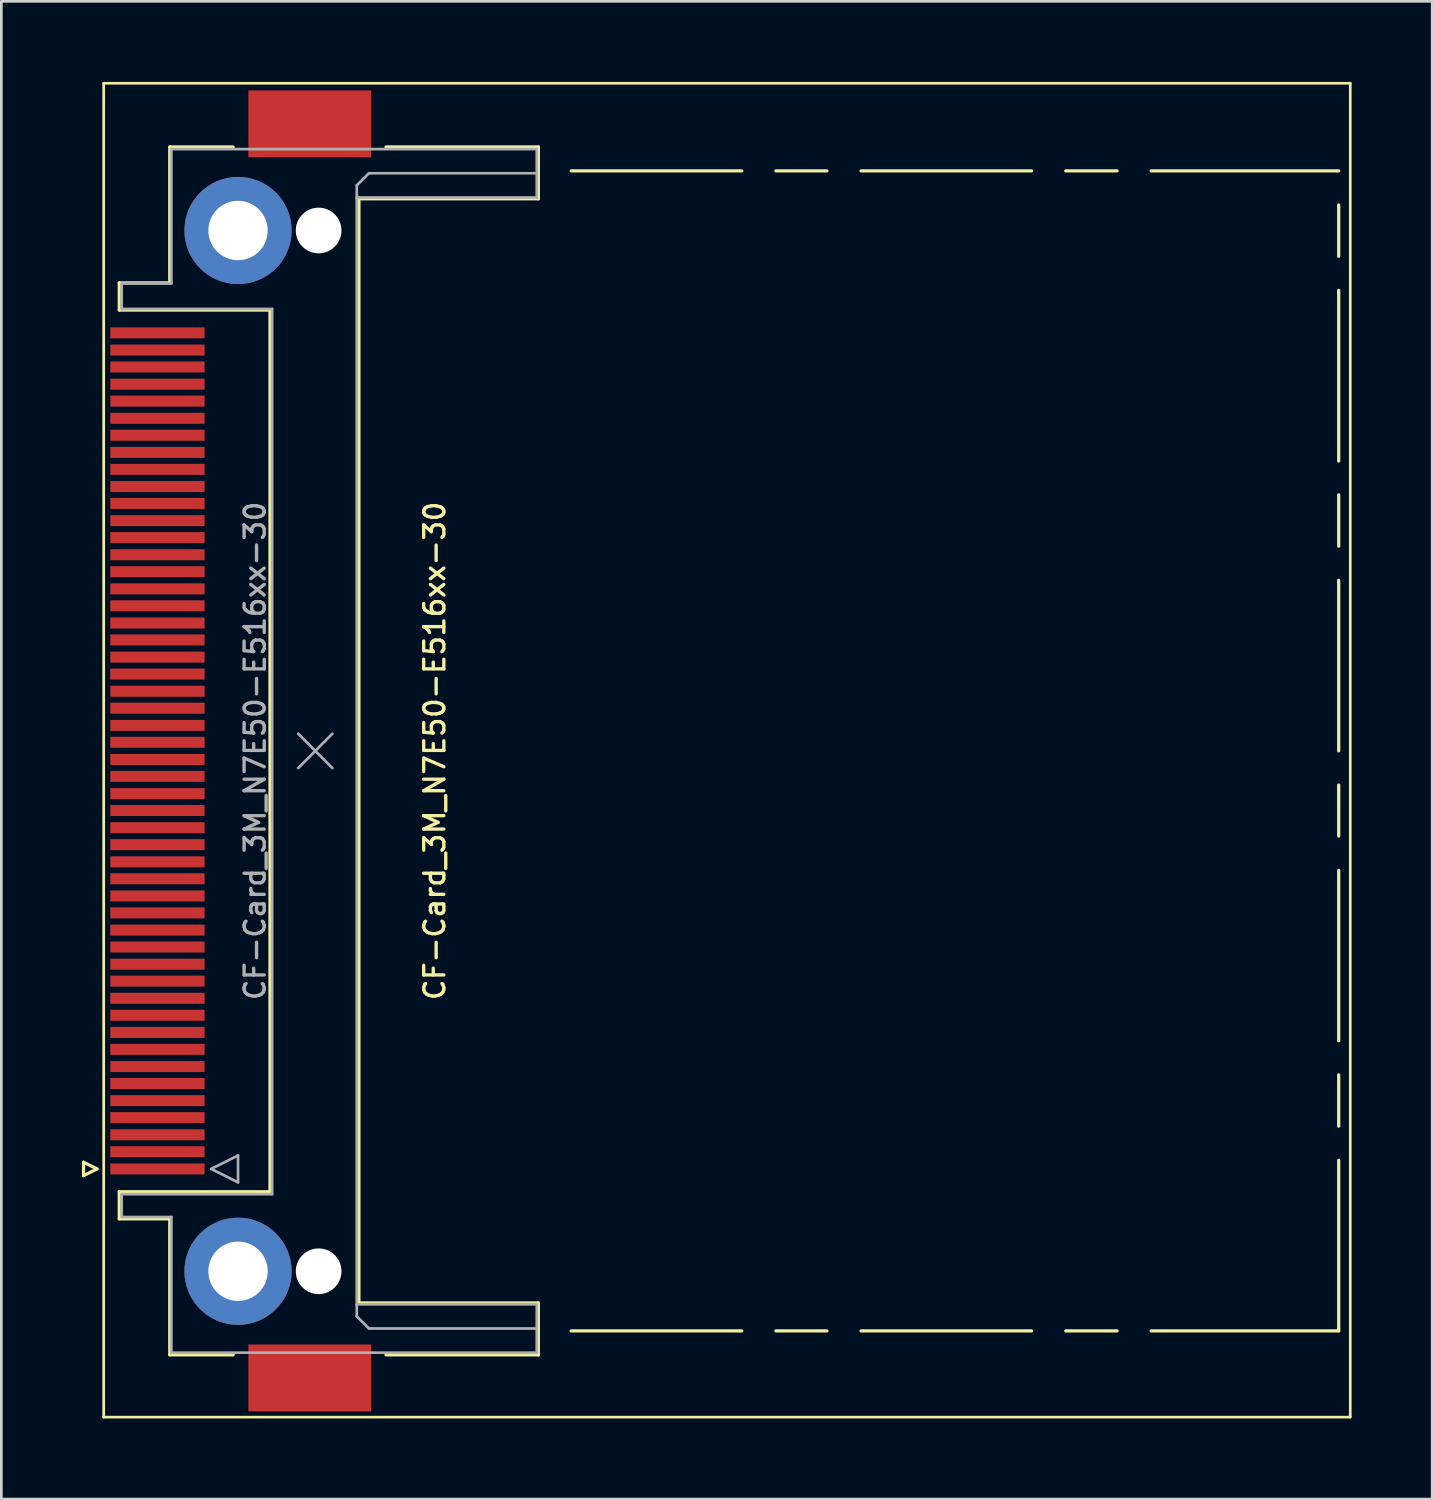
<source format=kicad_pcb>
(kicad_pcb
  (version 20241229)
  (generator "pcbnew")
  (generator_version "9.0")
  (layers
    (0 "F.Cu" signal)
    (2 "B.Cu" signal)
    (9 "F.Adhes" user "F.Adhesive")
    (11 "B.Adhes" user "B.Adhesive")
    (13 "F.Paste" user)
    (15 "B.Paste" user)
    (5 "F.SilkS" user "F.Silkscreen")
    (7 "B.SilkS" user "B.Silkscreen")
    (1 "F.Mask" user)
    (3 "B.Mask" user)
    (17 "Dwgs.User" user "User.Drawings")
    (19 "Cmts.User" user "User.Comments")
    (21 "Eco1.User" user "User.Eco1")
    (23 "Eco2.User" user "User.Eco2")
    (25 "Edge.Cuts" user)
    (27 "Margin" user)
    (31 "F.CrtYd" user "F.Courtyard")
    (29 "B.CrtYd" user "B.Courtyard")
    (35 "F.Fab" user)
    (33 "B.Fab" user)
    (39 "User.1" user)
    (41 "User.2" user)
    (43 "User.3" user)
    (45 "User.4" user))
  (footprint "CF-Card_3M_N7E50-E516xx-30"
    (layer "F.Cu")
    (at 5.91 24.9)
    (property "Reference" "CF-Card_3M_N7E50-E516xx-30" (at 7.22 0 90) (layer "F.SilkS") (effects (font (size 0.75 0.75) (thickness 0.125))))
    (attr smd)
    (fp_line (start -5.85 15.31) (end -5.35 15.56) (stroke (width 0.12) (type solid)) (layer "F.SilkS"))
    (fp_line (start -5.85 15.81) (end -5.85 15.31) (stroke (width 0.12) (type solid)) (layer "F.SilkS"))
    (fp_line (start -5.35 15.56) (end -5.85 15.81) (stroke (width 0.12) (type solid)) (layer "F.SilkS"))
    (fp_line (start -5.1 -24.85) (end 41.3 -24.85) (stroke (width 0.1) (type solid)) (layer "F.SilkS"))
    (fp_line (start -5.1 24.8) (end -5.1 -24.85) (stroke (width 0.1) (type solid)) (layer "F.SilkS"))
    (fp_line (start -5.1 24.8) (end 41.3 24.8) (stroke (width 0.1) (type solid)) (layer "F.SilkS"))
    (fp_line (start -4.52 -17.42) (end -2.64 -17.42) (stroke (width 0.12) (type solid)) (layer "F.SilkS"))
    (fp_line (start -4.52 -16.41) (end -4.52 -17.42) (stroke (width 0.12) (type solid)) (layer "F.SilkS"))
    (fp_line (start -4.52 16.41) (end 1.09 16.41) (stroke (width 0.12) (type solid)) (layer "F.SilkS"))
    (fp_line (start -4.52 17.42) (end -4.52 16.41) (stroke (width 0.12) (type solid)) (layer "F.SilkS"))
    (fp_line (start -2.64 -22.48) (end -0.28 -22.48) (stroke (width 0.12) (type solid)) (layer "F.SilkS"))
    (fp_line (start -2.64 -17.42) (end -2.64 -22.48) (stroke (width 0.12) (type solid)) (layer "F.SilkS"))
    (fp_line (start -2.64 17.42) (end -4.52 17.42) (stroke (width 0.12) (type solid)) (layer "F.SilkS"))
    (fp_line (start -2.64 22.48) (end -2.64 17.42) (stroke (width 0.12) (type solid)) (layer "F.SilkS"))
    (fp_line (start -0.28 22.48) (end -2.64 22.48) (stroke (width 0.12) (type solid)) (layer "F.SilkS"))
    (fp_line (start 1.09 -16.41) (end -4.52 -16.41) (stroke (width 0.12) (type solid)) (layer "F.SilkS"))
    (fp_line (start 1.09 16.41) (end 1.09 -16.41) (stroke (width 0.12) (type solid)) (layer "F.SilkS"))
    (fp_line (start 4.4 -20.55) (end 11.08 -20.55) (stroke (width 0.12) (type solid)) (layer "F.SilkS"))
    (fp_line (start 4.4 20.55) (end 4.4 -20.55) (stroke (width 0.12) (type solid)) (layer "F.SilkS"))
    (fp_line (start 5.41 22.48) (end 11.08 22.48) (stroke (width 0.12) (type solid)) (layer "F.SilkS"))
    (fp_line (start 11.08 -22.48) (end 5.41 -22.48) (stroke (width 0.12) (type solid)) (layer "F.SilkS"))
    (fp_line (start 11.08 -20.55) (end 11.08 -22.48) (stroke (width 0.12) (type solid)) (layer "F.SilkS"))
    (fp_line (start 11.08 20.55) (end 4.4 20.55) (stroke (width 0.12) (type solid)) (layer "F.SilkS"))
    (fp_line (start 11.08 22.48) (end 11.08 20.55) (stroke (width 0.12) (type solid)) (layer "F.SilkS"))
    (fp_line (start 12.3 -21.59) (end 18.65 -21.59) (stroke (width 0.12) (type solid)) (layer "F.SilkS"))
    (fp_line (start 12.3 21.59) (end 18.65 21.59) (stroke (width 0.12) (type solid)) (layer "F.SilkS"))
    (fp_line (start 19.92 -21.59) (end 21.82 -21.59) (stroke (width 0.12) (type solid)) (layer "F.SilkS"))
    (fp_line (start 19.92 21.59) (end 21.82 21.59) (stroke (width 0.12) (type solid)) (layer "F.SilkS"))
    (fp_line (start 23.09 -21.59) (end 29.44 -21.59) (stroke (width 0.12) (type solid)) (layer "F.SilkS"))
    (fp_line (start 23.09 21.59) (end 29.44 21.59) (stroke (width 0.12) (type solid)) (layer "F.SilkS"))
    (fp_line (start 30.71 -21.59) (end 32.62 -21.59) (stroke (width 0.12) (type solid)) (layer "F.SilkS"))
    (fp_line (start 30.71 21.59) (end 32.62 21.59) (stroke (width 0.12) (type solid)) (layer "F.SilkS"))
    (fp_line (start 33.89 -21.59) (end 40.87 -21.59) (stroke (width 0.12) (type solid)) (layer "F.SilkS"))
    (fp_line (start 33.89 21.59) (end 40.87 21.59) (stroke (width 0.12) (type solid)) (layer "F.SilkS"))
    (fp_line (start 40.87 -18.41) (end 40.87 -20.32) (stroke (width 0.12) (type solid)) (layer "F.SilkS"))
    (fp_line (start 40.87 -10.79) (end 40.87 -17.14) (stroke (width 0.12) (type solid)) (layer "F.SilkS"))
    (fp_line (start 40.87 -7.62) (end 40.87 -9.53) (stroke (width 0.12) (type solid)) (layer "F.SilkS"))
    (fp_line (start 40.87 0) (end 40.87 -6.35) (stroke (width 0.12) (type solid)) (layer "F.SilkS"))
    (fp_line (start 40.87 3.17) (end 40.87 1.27) (stroke (width 0.12) (type solid)) (layer "F.SilkS"))
    (fp_line (start 40.87 10.79) (end 40.87 4.45) (stroke (width 0.12) (type solid)) (layer "F.SilkS"))
    (fp_line (start 40.87 13.97) (end 40.87 12.06) (stroke (width 0.12) (type solid)) (layer "F.SilkS"))
    (fp_line (start 40.87 21.59) (end 40.87 15.24) (stroke (width 0.12) (type solid)) (layer "F.SilkS"))
    (fp_line (start 41.3 24.8) (end 41.3 -24.85) (stroke (width 0.1) (type solid)) (layer "F.SilkS"))
    (fp_line (start -4.43 -17.4) (end -4.43 -16.45) (stroke (width 0.1) (type solid)) (layer "F.Fab"))
    (fp_line (start -4.43 -16.45) (end 1.17 -16.45) (stroke (width 0.1) (type solid)) (layer "F.Fab"))
    (fp_line (start -4.43 16.5) (end -4.43 17.35) (stroke (width 0.1) (type solid)) (layer "F.Fab"))
    (fp_line (start -4.43 17.35) (end -2.58 17.35) (stroke (width 0.1) (type solid)) (layer "F.Fab"))
    (fp_line (start -2.58 -22.4) (end -2.58 -17.4) (stroke (width 0.1) (type solid)) (layer "F.Fab"))
    (fp_line (start -2.58 -17.4) (end -4.43 -17.4) (stroke (width 0.1) (type solid)) (layer "F.Fab"))
    (fp_line (start -2.58 17.35) (end -2.58 22.4) (stroke (width 0.1) (type solid)) (layer "F.Fab"))
    (fp_line (start -2.58 22.4) (end 11.02 22.4) (stroke (width 0.1) (type solid)) (layer "F.Fab"))
    (fp_line (start -1.1 15.56) (end -0.1 15.06) (stroke (width 0.1) (type solid)) (layer "F.Fab"))
    (fp_line (start -0.1 15.06) (end -0.1 16.06) (stroke (width 0.1) (type solid)) (layer "F.Fab"))
    (fp_line (start -0.1 16.06) (end -1.1 15.56) (stroke (width 0.1) (type solid)) (layer "F.Fab"))
    (fp_line (start 1.17 -16.45) (end 1.17 16.5) (stroke (width 0.1) (type solid)) (layer "F.Fab"))
    (fp_line (start 1.17 16.5) (end -4.43 16.5) (stroke (width 0.1) (type solid)) (layer "F.Fab"))
    (fp_line (start 2.14 -0.64) (end 3.41 0.64) (stroke (width 0.1) (type solid)) (layer "F.Fab"))
    (fp_line (start 2.14 0.64) (end 3.41 -0.64) (stroke (width 0.1) (type solid)) (layer "F.Fab"))
    (fp_line (start 4.32 -21.05) (end 4.32 -20.55) (stroke (width 0.1) (type solid)) (layer "F.Fab"))
    (fp_line (start 4.32 -20.6) (end 11.02 -20.6) (stroke (width 0.1) (type solid)) (layer "F.Fab"))
    (fp_line (start 4.32 20.6) (end 4.32 -20.6) (stroke (width 0.1) (type solid)) (layer "F.Fab"))
    (fp_line (start 4.32 21.05) (end 4.32 20.6) (stroke (width 0.1) (type solid)) (layer "F.Fab"))
    (fp_line (start 4.37 21.1) (end 4.32 21.05) (stroke (width 0.1) (type solid)) (layer "F.Fab"))
    (fp_line (start 4.77 -21.5) (end 4.32 -21.05) (stroke (width 0.1) (type solid)) (layer "F.Fab"))
    (fp_line (start 4.77 21.5) (end 4.37 21.1) (stroke (width 0.1) (type solid)) (layer "F.Fab"))
    (fp_line (start 11.02 -22.4) (end -2.58 -22.4) (stroke (width 0.1) (type solid)) (layer "F.Fab"))
    (fp_line (start 11.02 -21.5) (end 4.77 -21.5) (stroke (width 0.1) (type solid)) (layer "F.Fab"))
    (fp_line (start 11.02 -20.6) (end 11.02 -22.4) (stroke (width 0.1) (type solid)) (layer "F.Fab"))
    (fp_line (start 11.02 20.6) (end 4.32 20.6) (stroke (width 0.1) (type solid)) (layer "F.Fab"))
    (fp_line (start 11.02 21.5) (end 4.77 21.5) (stroke (width 0.1) (type solid)) (layer "F.Fab"))
    (fp_line (start 11.02 22.4) (end 11.02 20.6) (stroke (width 0.1) (type solid)) (layer "F.Fab"))
    (fp_text user "${REFERENCE}" (at 0.535 0 90) (layer "F.Fab") (effects (font (size 0.75 0.75) (thickness 0.125))))
    (pad "" thru_hole circle (at -0.1 -19.37 90) (size 3.99 3.99) (drill 2.21) (layers "*.Cu" "*.Mask"))
    (pad "" thru_hole circle (at -0.1 19.37 90) (size 3.99 3.99) (drill 2.21) (layers "*.Cu" "*.Mask"))
    (pad "" smd rect (at 2.57 -23.34 90) (size 2.49 4.57) (layers "F.Cu" "F.Mask" "F.Paste"))
    (pad "" smd rect (at 2.57 23.34 90) (size 2.49 4.57) (layers "F.Cu" "F.Mask" "F.Paste"))
    (pad "" np_thru_hole circle (at 2.9 -19.37 90) (size 1.7 1.7) (drill 1.7) (layers "*.Cu" "*.Mask"))
    (pad "" np_thru_hole circle (at 2.9 19.37 90) (size 1.7 1.7) (drill 1.7) (layers "*.Cu" "*.Mask"))
    (pad "1" smd rect (at -3.1 15.56 270) (size 0.41 3.51) (layers "F.Cu" "F.Mask" "F.Paste"))
    (pad "2" smd rect (at -3.1 14.29 270) (size 0.41 3.51) (layers "F.Cu" "F.Mask" "F.Paste"))
    (pad "3" smd rect (at -3.1 13.02 270) (size 0.41 3.51) (layers "F.Cu" "F.Mask" "F.Paste"))
    (pad "4" smd rect (at -3.1 11.75 270) (size 0.41 3.51) (layers "F.Cu" "F.Mask" "F.Paste"))
    (pad "5" smd rect (at -3.1 10.48 270) (size 0.41 3.51) (layers "F.Cu" "F.Mask" "F.Paste"))
    (pad "6" smd rect (at -3.1 9.21 270) (size 0.41 3.51) (layers "F.Cu" "F.Mask" "F.Paste"))
    (pad "7" smd rect (at -3.1 7.94 270) (size 0.41 3.51) (layers "F.Cu" "F.Mask" "F.Paste"))
    (pad "8" smd rect (at -3.1 6.67 270) (size 0.41 3.51) (layers "F.Cu" "F.Mask" "F.Paste"))
    (pad "9" smd rect (at -3.1 5.4 270) (size 0.41 3.51) (layers "F.Cu" "F.Mask" "F.Paste"))
    (pad "10" smd rect (at -3.1 4.13 270) (size 0.41 3.51) (layers "F.Cu" "F.Mask" "F.Paste"))
    (pad "11" smd rect (at -3.1 2.86 270) (size 0.41 3.51) (layers "F.Cu" "F.Mask" "F.Paste"))
    (pad "12" smd rect (at -3.1 1.59 270) (size 0.41 3.51) (layers "F.Cu" "F.Mask" "F.Paste"))
    (pad "13" smd rect (at -3.1 0.32 270) (size 0.41 3.51) (layers "F.Cu" "F.Mask" "F.Paste"))
    (pad "14" smd rect (at -3.1 -0.95 270) (size 0.41 3.51) (layers "F.Cu" "F.Mask" "F.Paste"))
    (pad "15" smd rect (at -3.1 -2.22 270) (size 0.41 3.51) (layers "F.Cu" "F.Mask" "F.Paste"))
    (pad "16" smd rect (at -3.1 -3.49 270) (size 0.41 3.51) (layers "F.Cu" "F.Mask" "F.Paste"))
    (pad "17" smd rect (at -3.1 -4.76 270) (size 0.41 3.51) (layers "F.Cu" "F.Mask" "F.Paste"))
    (pad "18" smd rect (at -3.1 -6.03 270) (size 0.41 3.51) (layers "F.Cu" "F.Mask" "F.Paste"))
    (pad "19" smd rect (at -3.1 -7.3 270) (size 0.41 3.51) (layers "F.Cu" "F.Mask" "F.Paste"))
    (pad "20" smd rect (at -3.1 -8.57 270) (size 0.41 3.51) (layers "F.Cu" "F.Mask" "F.Paste"))
    (pad "21" smd rect (at -3.1 -9.84 270) (size 0.41 3.51) (layers "F.Cu" "F.Mask" "F.Paste"))
    (pad "22" smd rect (at -3.1 -11.11 270) (size 0.41 3.51) (layers "F.Cu" "F.Mask" "F.Paste"))
    (pad "23" smd rect (at -3.1 -12.38 270) (size 0.41 3.51) (layers "F.Cu" "F.Mask" "F.Paste"))
    (pad "24" smd rect (at -3.1 -13.65 270) (size 0.41 3.51) (layers "F.Cu" "F.Mask" "F.Paste"))
    (pad "25" smd rect (at -3.1 -14.92 270) (size 0.41 3.51) (layers "F.Cu" "F.Mask" "F.Paste"))
    (pad "26" smd rect (at -3.1 14.92 270) (size 0.41 3.51) (layers "F.Cu" "F.Mask" "F.Paste"))
    (pad "27" smd rect (at -3.1 13.65 270) (size 0.41 3.51) (layers "F.Cu" "F.Mask" "F.Paste"))
    (pad "28" smd rect (at -3.1 12.38 270) (size 0.41 3.51) (layers "F.Cu" "F.Mask" "F.Paste"))
    (pad "29" smd rect (at -3.1 11.11 270) (size 0.41 3.51) (layers "F.Cu" "F.Mask" "F.Paste"))
    (pad "30" smd rect (at -3.1 9.84 270) (size 0.41 3.51) (layers "F.Cu" "F.Mask" "F.Paste"))
    (pad "31" smd rect (at -3.1 8.57 270) (size 0.41 3.51) (layers "F.Cu" "F.Mask" "F.Paste"))
    (pad "32" smd rect (at -3.1 7.3 270) (size 0.41 3.51) (layers "F.Cu" "F.Mask" "F.Paste"))
    (pad "33" smd rect (at -3.1 6.03 270) (size 0.41 3.51) (layers "F.Cu" "F.Mask" "F.Paste"))
    (pad "34" smd rect (at -3.1 4.76 270) (size 0.41 3.51) (layers "F.Cu" "F.Mask" "F.Paste"))
    (pad "35" smd rect (at -3.1 3.49 270) (size 0.41 3.51) (layers "F.Cu" "F.Mask" "F.Paste"))
    (pad "36" smd rect (at -3.1 2.22 270) (size 0.41 3.51) (layers "F.Cu" "F.Mask" "F.Paste"))
    (pad "37" smd rect (at -3.1 0.95 270) (size 0.41 3.51) (layers "F.Cu" "F.Mask" "F.Paste"))
    (pad "38" smd rect (at -3.1 -0.32 270) (size 0.41 3.51) (layers "F.Cu" "F.Mask" "F.Paste"))
    (pad "39" smd rect (at -3.1 -1.59 270) (size 0.41 3.51) (layers "F.Cu" "F.Mask" "F.Paste"))
    (pad "40" smd rect (at -3.1 -2.86 270) (size 0.41 3.51) (layers "F.Cu" "F.Mask" "F.Paste"))
    (pad "41" smd rect (at -3.1 -4.13 270) (size 0.41 3.51) (layers "F.Cu" "F.Mask" "F.Paste"))
    (pad "42" smd rect (at -3.1 -5.4 270) (size 0.41 3.51) (layers "F.Cu" "F.Mask" "F.Paste"))
    (pad "43" smd rect (at -3.1 -6.67 270) (size 0.41 3.51) (layers "F.Cu" "F.Mask" "F.Paste"))
    (pad "44" smd rect (at -3.1 -7.94 270) (size 0.41 3.51) (layers "F.Cu" "F.Mask" "F.Paste"))
    (pad "45" smd rect (at -3.1 -9.21 270) (size 0.41 3.51) (layers "F.Cu" "F.Mask" "F.Paste"))
    (pad "46" smd rect (at -3.1 -10.48 270) (size 0.41 3.51) (layers "F.Cu" "F.Mask" "F.Paste"))
    (pad "47" smd rect (at -3.1 -11.75 270) (size 0.41 3.51) (layers "F.Cu" "F.Mask" "F.Paste"))
    (pad "48" smd rect (at -3.1 -13.02 270) (size 0.41 3.51) (layers "F.Cu" "F.Mask" "F.Paste"))
    (pad "49" smd rect (at -3.1 -14.29 270) (size 0.41 3.51) (layers "F.Cu" "F.Mask" "F.Paste"))
    (pad "50" smd rect (at -3.1 -15.56 270) (size 0.41 3.51) (layers "F.Cu" "F.Mask" "F.Paste")))
  (gr_rect
    (start -3 -3)
    (end 50.26 52.75)
    (stroke (width 0.1) (type default))
    (fill no)
    (layer "Edge.Cuts")))
</source>
